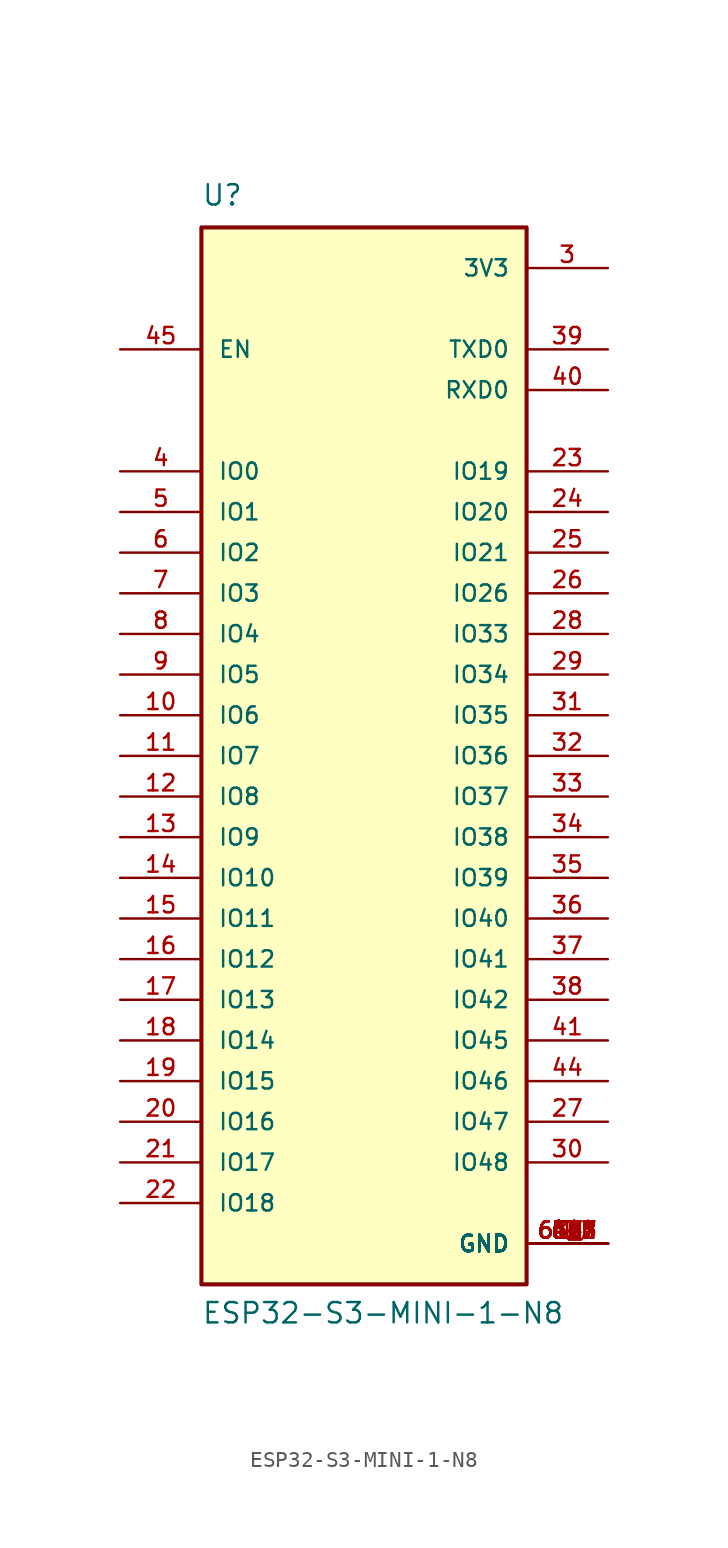
<source format=kicad_sym>
(kicad_symbol_lib
  (version 20211014)
  (generator kicad_symbol_editor)
  (symbol "ESP32-S3-MINI-1-N8"
    (pin_names
      (offset 1.016))
    (property "Reference" "U"
      (at -10.16 34.29 0)
      (effects (font (size 1.27 1.27)) (justify bottom left)))
    (property "Value" "ESP32-S3-MINI-1-N8"
      (at -10.16 -35.56 0)
      (effects (font (size 1.27 1.27)) (justify bottom left)))
    (symbol "ESP32-S3-MINI-1-N8_0_0"
      (rectangle (start -10.16 -33.02) (end 10.16 33.02) (stroke (width 0.254)) (fill (type background)))
      (pin bidirectional line (at -15.24 17.78 0) (length 5.08) (name "IO0" (effects (font (size 1.016 1.016)))) (number "4" (effects (font (size 1.016 1.016)))))
      (pin bidirectional line (at -15.24 15.24 0) (length 5.08) (name "IO1" (effects (font (size 1.016 1.016)))) (number "5" (effects (font (size 1.016 1.016)))))
      (pin bidirectional line (at -15.24 12.7 0) (length 5.08) (name "IO2" (effects (font (size 1.016 1.016)))) (number "6" (effects (font (size 1.016 1.016)))))
      (pin bidirectional line (at -15.24 10.16 0) (length 5.08) (name "IO3" (effects (font (size 1.016 1.016)))) (number "7" (effects (font (size 1.016 1.016)))))
      (pin bidirectional line (at -15.24 7.62 0) (length 5.08) (name "IO4" (effects (font (size 1.016 1.016)))) (number "8" (effects (font (size 1.016 1.016)))))
      (pin bidirectional line (at -15.24 5.08 0) (length 5.08) (name "IO5" (effects (font (size 1.016 1.016)))) (number "9" (effects (font (size 1.016 1.016)))))
      (pin bidirectional line (at -15.24 2.54 0) (length 5.08) (name "IO6" (effects (font (size 1.016 1.016)))) (number "10" (effects (font (size 1.016 1.016)))))
      (pin bidirectional line (at -15.24 0.0 0) (length 5.08) (name "IO7" (effects (font (size 1.016 1.016)))) (number "11" (effects (font (size 1.016 1.016)))))
      (pin bidirectional line (at -15.24 -2.54 0) (length 5.08) (name "IO8" (effects (font (size 1.016 1.016)))) (number "12" (effects (font (size 1.016 1.016)))))
      (pin bidirectional line (at -15.24 -5.08 0) (length 5.08) (name "IO9" (effects (font (size 1.016 1.016)))) (number "13" (effects (font (size 1.016 1.016)))))
      (pin bidirectional line (at -15.24 -7.62 0) (length 5.08) (name "IO10" (effects (font (size 1.016 1.016)))) (number "14" (effects (font (size 1.016 1.016)))))
      (pin bidirectional line (at -15.24 -10.16 0) (length 5.08) (name "IO11" (effects (font (size 1.016 1.016)))) (number "15" (effects (font (size 1.016 1.016)))))
      (pin bidirectional line (at -15.24 -12.7 0) (length 5.08) (name "IO12" (effects (font (size 1.016 1.016)))) (number "16" (effects (font (size 1.016 1.016)))))
      (pin bidirectional line (at -15.24 -15.24 0) (length 5.08) (name "IO13" (effects (font (size 1.016 1.016)))) (number "17" (effects (font (size 1.016 1.016)))))
      (pin bidirectional line (at -15.24 -17.78 0) (length 5.08) (name "IO14" (effects (font (size 1.016 1.016)))) (number "18" (effects (font (size 1.016 1.016)))))
      (pin bidirectional line (at -15.24 -20.32 0) (length 5.08) (name "IO15" (effects (font (size 1.016 1.016)))) (number "19" (effects (font (size 1.016 1.016)))))
      (pin bidirectional line (at -15.24 -22.86 0) (length 5.08) (name "IO16" (effects (font (size 1.016 1.016)))) (number "20" (effects (font (size 1.016 1.016)))))
      (pin bidirectional line (at -15.24 -25.4 0) (length 5.08) (name "IO17" (effects (font (size 1.016 1.016)))) (number "21" (effects (font (size 1.016 1.016)))))
      (pin bidirectional line (at -15.24 -27.94 0) (length 5.08) (name "IO18" (effects (font (size 1.016 1.016)))) (number "22" (effects (font (size 1.016 1.016)))))
      (pin bidirectional line (at 15.24 17.78 180.0) (length 5.08) (name "IO19" (effects (font (size 1.016 1.016)))) (number "23" (effects (font (size 1.016 1.016)))))
      (pin bidirectional line (at 15.24 15.24 180.0) (length 5.08) (name "IO20" (effects (font (size 1.016 1.016)))) (number "24" (effects (font (size 1.016 1.016)))))
      (pin bidirectional line (at 15.24 12.7 180.0) (length 5.08) (name "IO21" (effects (font (size 1.016 1.016)))) (number "25" (effects (font (size 1.016 1.016)))))
      (pin bidirectional line (at 15.24 10.16 180.0) (length 5.08) (name "IO26" (effects (font (size 1.016 1.016)))) (number "26" (effects (font (size 1.016 1.016)))))
      (pin bidirectional line (at 15.24 7.62 180.0) (length 5.08) (name "IO33" (effects (font (size 1.016 1.016)))) (number "28" (effects (font (size 1.016 1.016)))))
      (pin bidirectional line (at 15.24 5.08 180.0) (length 5.08) (name "IO34" (effects (font (size 1.016 1.016)))) (number "29" (effects (font (size 1.016 1.016)))))
      (pin bidirectional line (at 15.24 2.54 180.0) (length 5.08) (name "IO35" (effects (font (size 1.016 1.016)))) (number "31" (effects (font (size 1.016 1.016)))))
      (pin bidirectional line (at 15.24 0.0 180.0) (length 5.08) (name "IO36" (effects (font (size 1.016 1.016)))) (number "32" (effects (font (size 1.016 1.016)))))
      (pin bidirectional line (at 15.24 -2.54 180.0) (length 5.08) (name "IO37" (effects (font (size 1.016 1.016)))) (number "33" (effects (font (size 1.016 1.016)))))
      (pin bidirectional line (at 15.24 -5.08 180.0) (length 5.08) (name "IO38" (effects (font (size 1.016 1.016)))) (number "34" (effects (font (size 1.016 1.016)))))
      (pin bidirectional line (at 15.24 -7.62 180.0) (length 5.08) (name "IO39" (effects (font (size 1.016 1.016)))) (number "35" (effects (font (size 1.016 1.016)))))
      (pin bidirectional line (at 15.24 -10.16 180.0) (length 5.08) (name "IO40" (effects (font (size 1.016 1.016)))) (number "36" (effects (font (size 1.016 1.016)))))
      (pin bidirectional line (at 15.24 -12.7 180.0) (length 5.08) (name "IO41" (effects (font (size 1.016 1.016)))) (number "37" (effects (font (size 1.016 1.016)))))
      (pin bidirectional line (at 15.24 -15.24 180.0) (length 5.08) (name "IO42" (effects (font (size 1.016 1.016)))) (number "38" (effects (font (size 1.016 1.016)))))
      (pin bidirectional line (at 15.24 -17.78 180.0) (length 5.08) (name "IO45" (effects (font (size 1.016 1.016)))) (number "41" (effects (font (size 1.016 1.016)))))
      (pin bidirectional line (at 15.24 -20.32 180.0) (length 5.08) (name "IO46" (effects (font (size 1.016 1.016)))) (number "44" (effects (font (size 1.016 1.016)))))
      (pin bidirectional line (at 15.24 -22.86 180.0) (length 5.08) (name "IO47" (effects (font (size 1.016 1.016)))) (number "27" (effects (font (size 1.016 1.016)))))
      (pin bidirectional line (at 15.24 -25.4 180.0) (length 5.08) (name "IO48" (effects (font (size 1.016 1.016)))) (number "30" (effects (font (size 1.016 1.016)))))
      (pin input line (at -15.24 25.4 0) (length 5.08) (name "EN" (effects (font (size 1.016 1.016)))) (number "45" (effects (font (size 1.016 1.016)))))
      (pin bidirectional line (at 15.24 25.4 180.0) (length 5.08) (name "TXD0" (effects (font (size 1.016 1.016)))) (number "39" (effects (font (size 1.016 1.016)))))
      (pin bidirectional line (at 15.24 22.86 180.0) (length 5.08) (name "RXD0" (effects (font (size 1.016 1.016)))) (number "40" (effects (font (size 1.016 1.016)))))
      (pin power_in line (at 15.24 30.48 180.0) (length 5.08) (name "3V3" (effects (font (size 1.016 1.016)))) (number "3" (effects (font (size 1.016 1.016)))))
      (pin power_in line (at 15.24 -30.48 180.0) (length 5.08) (name "GND" (effects (font (size 1.016 1.016)))) (number "1" (effects (font (size 1.016 1.016)))))
      (pin power_in line (at 15.24 -30.48 180.0) (length 5.08) (name "GND" (effects (font (size 1.016 1.016)))) (number "2" (effects (font (size 1.016 1.016)))))
      (pin power_in line (at 15.24 -30.48 180.0) (length 5.08) (name "GND" (effects (font (size 1.016 1.016)))) (number "42" (effects (font (size 1.016 1.016)))))
      (pin power_in line (at 15.24 -30.48 180.0) (length 5.08) (name "GND" (effects (font (size 1.016 1.016)))) (number "43" (effects (font (size 1.016 1.016)))))
      (pin power_in line (at 15.24 -30.48 180.0) (length 5.08) (name "GND" (effects (font (size 1.016 1.016)))) (number "46" (effects (font (size 1.016 1.016)))))
      (pin power_in line (at 15.24 -30.48 180.0) (length 5.08) (name "GND" (effects (font (size 1.016 1.016)))) (number "47" (effects (font (size 1.016 1.016)))))
      (pin power_in line (at 15.24 -30.48 180.0) (length 5.08) (name "GND" (effects (font (size 1.016 1.016)))) (number "48" (effects (font (size 1.016 1.016)))))
      (pin power_in line (at 15.24 -30.48 180.0) (length 5.08) (name "GND" (effects (font (size 1.016 1.016)))) (number "49" (effects (font (size 1.016 1.016)))))
      (pin power_in line (at 15.24 -30.48 180.0) (length 5.08) (name "GND" (effects (font (size 1.016 1.016)))) (number "50" (effects (font (size 1.016 1.016)))))
      (pin power_in line (at 15.24 -30.48 180.0) (length 5.08) (name "GND" (effects (font (size 1.016 1.016)))) (number "51" (effects (font (size 1.016 1.016)))))
      (pin power_in line (at 15.24 -30.48 180.0) (length 5.08) (name "GND" (effects (font (size 1.016 1.016)))) (number "52" (effects (font (size 1.016 1.016)))))
      (pin power_in line (at 15.24 -30.48 180.0) (length 5.08) (name "GND" (effects (font (size 1.016 1.016)))) (number "53" (effects (font (size 1.016 1.016)))))
      (pin power_in line (at 15.24 -30.48 180.0) (length 5.08) (name "GND" (effects (font (size 1.016 1.016)))) (number "54" (effects (font (size 1.016 1.016)))))
      (pin power_in line (at 15.24 -30.48 180.0) (length 5.08) (name "GND" (effects (font (size 1.016 1.016)))) (number "55" (effects (font (size 1.016 1.016)))))
      (pin power_in line (at 15.24 -30.48 180.0) (length 5.08) (name "GND" (effects (font (size 1.016 1.016)))) (number "56" (effects (font (size 1.016 1.016)))))
      (pin power_in line (at 15.24 -30.48 180.0) (length 5.08) (name "GND" (effects (font (size 1.016 1.016)))) (number "57" (effects (font (size 1.016 1.016)))))
      (pin power_in line (at 15.24 -30.48 180.0) (length 5.08) (name "GND" (effects (font (size 1.016 1.016)))) (number "58" (effects (font (size 1.016 1.016)))))
      (pin power_in line (at 15.24 -30.48 180.0) (length 5.08) (name "GND" (effects (font (size 1.016 1.016)))) (number "59" (effects (font (size 1.016 1.016)))))
      (pin power_in line (at 15.24 -30.48 180.0) (length 5.08) (name "GND" (effects (font (size 1.016 1.016)))) (number "60" (effects (font (size 1.016 1.016)))))
      (pin power_in line (at 15.24 -30.48 180.0) (length 5.08) (name "GND" (effects (font (size 1.016 1.016)))) (number "61" (effects (font (size 1.016 1.016)))))
      (pin power_in line (at 15.24 -30.48 180.0) (length 5.08) (name "GND" (effects (font (size 1.016 1.016)))) (number "61_1" (effects (font (size 1.016 1.016)))))
      (pin power_in line (at 15.24 -30.48 180.0) (length 5.08) (name "GND" (effects (font (size 1.016 1.016)))) (number "61_2" (effects (font (size 1.016 1.016)))))
      (pin power_in line (at 15.24 -30.48 180.0) (length 5.08) (name "GND" (effects (font (size 1.016 1.016)))) (number "61_3" (effects (font (size 1.016 1.016)))))
      (pin power_in line (at 15.24 -30.48 180.0) (length 5.08) (name "GND" (effects (font (size 1.016 1.016)))) (number "61_4" (effects (font (size 1.016 1.016)))))
      (pin power_in line (at 15.24 -30.48 180.0) (length 5.08) (name "GND" (effects (font (size 1.016 1.016)))) (number "61_5" (effects (font (size 1.016 1.016)))))
      (pin power_in line (at 15.24 -30.48 180.0) (length 5.08) (name "GND" (effects (font (size 1.016 1.016)))) (number "61_6" (effects (font (size 1.016 1.016)))))
      (pin power_in line (at 15.24 -30.48 180.0) (length 5.08) (name "GND" (effects (font (size 1.016 1.016)))) (number "61_7" (effects (font (size 1.016 1.016)))))
      (pin power_in line (at 15.24 -30.48 180.0) (length 5.08) (name "GND" (effects (font (size 1.016 1.016)))) (number "61_8" (effects (font (size 1.016 1.016)))))
      (pin power_in line (at 15.24 -30.48 180.0) (length 5.08) (name "GND" (effects (font (size 1.016 1.016)))) (number "62" (effects (font (size 1.016 1.016)))))
      (pin power_in line (at 15.24 -30.48 180.0) (length 5.08) (name "GND" (effects (font (size 1.016 1.016)))) (number "63" (effects (font (size 1.016 1.016)))))
      (pin power_in line (at 15.24 -30.48 180.0) (length 5.08) (name "GND" (effects (font (size 1.016 1.016)))) (number "64" (effects (font (size 1.016 1.016)))))
      (pin power_in line (at 15.24 -30.48 180.0) (length 5.08) (name "GND" (effects (font (size 1.016 1.016)))) (number "65" (effects (font (size 1.016 1.016))))))))
</source>
